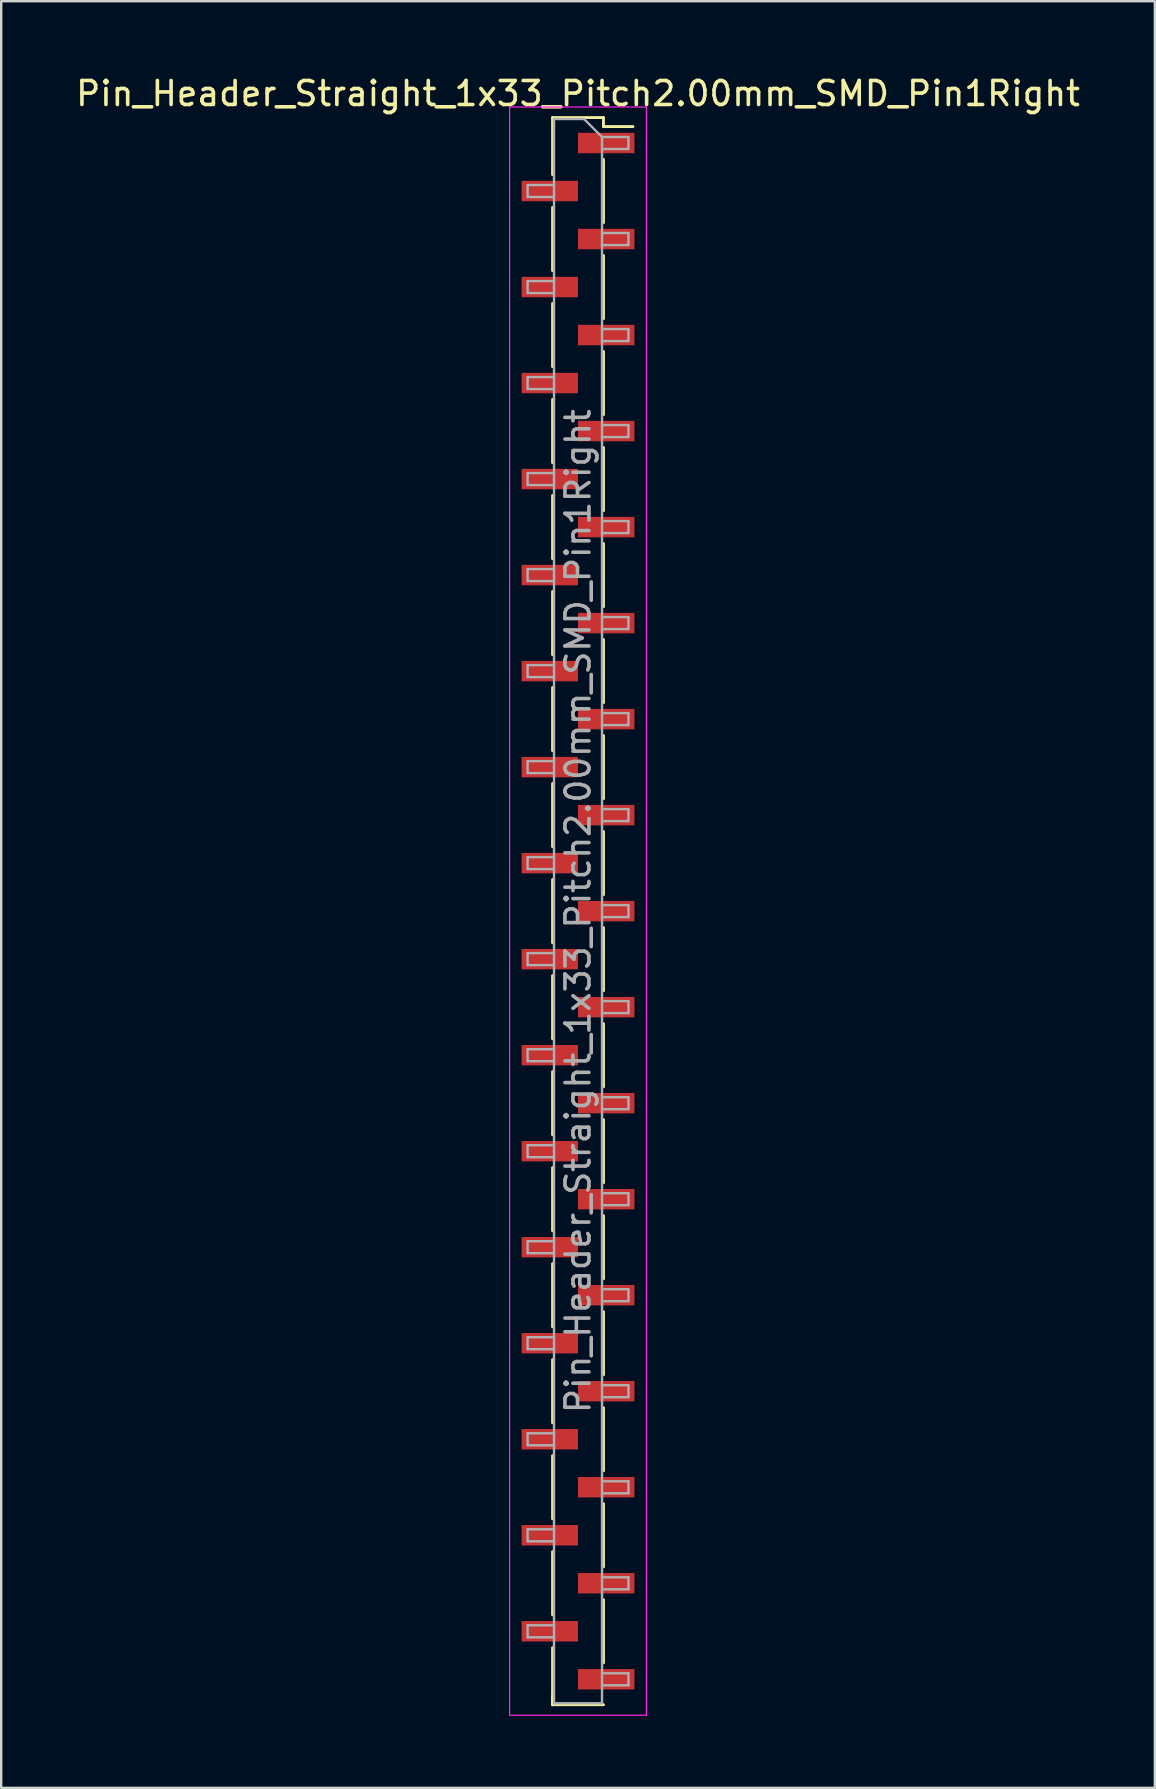
<source format=kicad_pcb>
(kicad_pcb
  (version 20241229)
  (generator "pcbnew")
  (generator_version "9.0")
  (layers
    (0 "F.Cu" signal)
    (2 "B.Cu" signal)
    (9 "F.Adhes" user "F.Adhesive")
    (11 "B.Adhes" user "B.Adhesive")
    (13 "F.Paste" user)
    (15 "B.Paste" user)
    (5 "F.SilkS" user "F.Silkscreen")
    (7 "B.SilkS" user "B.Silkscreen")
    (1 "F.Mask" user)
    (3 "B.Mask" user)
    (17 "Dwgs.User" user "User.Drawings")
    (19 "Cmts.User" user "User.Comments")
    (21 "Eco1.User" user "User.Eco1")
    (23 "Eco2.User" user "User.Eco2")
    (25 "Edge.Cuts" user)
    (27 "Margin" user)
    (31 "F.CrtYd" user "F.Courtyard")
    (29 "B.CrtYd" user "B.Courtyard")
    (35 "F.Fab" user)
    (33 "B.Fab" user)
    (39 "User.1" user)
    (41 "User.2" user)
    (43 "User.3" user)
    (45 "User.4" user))
  (footprint "Pin_Header_Straight_1x33_Pitch2.00mm_SMD_Pin1Right"
    (layer "F.Cu")
    (at 21.03 34.908)
    (property "Reference" "Pin_Header_Straight_1x33_Pitch2.00mm_SMD_Pin1Right" (at 0 -34.06 0) (layer "F.SilkS") (effects (font (size 1 1) (thickness 0.15))))
    (attr smd)
    (fp_line (start -1.06 -33.06) (end -1.06 -30.685) (stroke (width 0.12) (type solid)) (layer "F.SilkS"))
    (fp_line (start -1.06 -33.06) (end 1.06 -33.06) (stroke (width 0.12) (type solid)) (layer "F.SilkS"))
    (fp_line (start -1.06 -29.315) (end -1.06 -26.685) (stroke (width 0.12) (type solid)) (layer "F.SilkS"))
    (fp_line (start -1.06 -25.315) (end -1.06 -22.685) (stroke (width 0.12) (type solid)) (layer "F.SilkS"))
    (fp_line (start -1.06 -21.315) (end -1.06 -18.685) (stroke (width 0.12) (type solid)) (layer "F.SilkS"))
    (fp_line (start -1.06 -17.315) (end -1.06 -14.685) (stroke (width 0.12) (type solid)) (layer "F.SilkS"))
    (fp_line (start -1.06 -13.315) (end -1.06 -10.685) (stroke (width 0.12) (type solid)) (layer "F.SilkS"))
    (fp_line (start -1.06 -9.315) (end -1.06 -6.685) (stroke (width 0.12) (type solid)) (layer "F.SilkS"))
    (fp_line (start -1.06 -5.315) (end -1.06 -2.685) (stroke (width 0.12) (type solid)) (layer "F.SilkS"))
    (fp_line (start -1.06 -1.315) (end -1.06 1.315) (stroke (width 0.12) (type solid)) (layer "F.SilkS"))
    (fp_line (start -1.06 2.685) (end -1.06 5.315) (stroke (width 0.12) (type solid)) (layer "F.SilkS"))
    (fp_line (start -1.06 6.685) (end -1.06 9.315) (stroke (width 0.12) (type solid)) (layer "F.SilkS"))
    (fp_line (start -1.06 10.685) (end -1.06 13.315) (stroke (width 0.12) (type solid)) (layer "F.SilkS"))
    (fp_line (start -1.06 14.685) (end -1.06 17.315) (stroke (width 0.12) (type solid)) (layer "F.SilkS"))
    (fp_line (start -1.06 18.685) (end -1.06 21.315) (stroke (width 0.12) (type solid)) (layer "F.SilkS"))
    (fp_line (start -1.06 22.685) (end -1.06 25.315) (stroke (width 0.12) (type solid)) (layer "F.SilkS"))
    (fp_line (start -1.06 26.685) (end -1.06 29.315) (stroke (width 0.12) (type solid)) (layer "F.SilkS"))
    (fp_line (start -1.06 30.685) (end -1.06 33.06) (stroke (width 0.12) (type solid)) (layer "F.SilkS"))
    (fp_line (start -1.06 32.685) (end -1.06 33.06) (stroke (width 0.12) (type solid)) (layer "F.SilkS"))
    (fp_line (start -1.06 33.06) (end 1.06 33.06) (stroke (width 0.12) (type solid)) (layer "F.SilkS"))
    (fp_line (start 1.06 -33.06) (end 1.06 -32.685) (stroke (width 0.12) (type solid)) (layer "F.SilkS"))
    (fp_line (start 1.06 -32.685) (end 2.29 -32.685) (stroke (width 0.12) (type solid)) (layer "F.SilkS"))
    (fp_line (start 1.06 -31.315) (end 1.06 -28.685) (stroke (width 0.12) (type solid)) (layer "F.SilkS"))
    (fp_line (start 1.06 -27.315) (end 1.06 -24.685) (stroke (width 0.12) (type solid)) (layer "F.SilkS"))
    (fp_line (start 1.06 -23.315) (end 1.06 -20.685) (stroke (width 0.12) (type solid)) (layer "F.SilkS"))
    (fp_line (start 1.06 -19.315) (end 1.06 -16.685) (stroke (width 0.12) (type solid)) (layer "F.SilkS"))
    (fp_line (start 1.06 -15.315) (end 1.06 -12.685) (stroke (width 0.12) (type solid)) (layer "F.SilkS"))
    (fp_line (start 1.06 -11.315) (end 1.06 -8.685) (stroke (width 0.12) (type solid)) (layer "F.SilkS"))
    (fp_line (start 1.06 -7.315) (end 1.06 -4.685) (stroke (width 0.12) (type solid)) (layer "F.SilkS"))
    (fp_line (start 1.06 -3.315) (end 1.06 -0.685) (stroke (width 0.12) (type solid)) (layer "F.SilkS"))
    (fp_line (start 1.06 0.685) (end 1.06 3.315) (stroke (width 0.12) (type solid)) (layer "F.SilkS"))
    (fp_line (start 1.06 4.685) (end 1.06 7.315) (stroke (width 0.12) (type solid)) (layer "F.SilkS"))
    (fp_line (start 1.06 8.685) (end 1.06 11.315) (stroke (width 0.12) (type solid)) (layer "F.SilkS"))
    (fp_line (start 1.06 12.685) (end 1.06 15.315) (stroke (width 0.12) (type solid)) (layer "F.SilkS"))
    (fp_line (start 1.06 16.685) (end 1.06 19.315) (stroke (width 0.12) (type solid)) (layer "F.SilkS"))
    (fp_line (start 1.06 20.685) (end 1.06 23.315) (stroke (width 0.12) (type solid)) (layer "F.SilkS"))
    (fp_line (start 1.06 24.685) (end 1.06 27.315) (stroke (width 0.12) (type solid)) (layer "F.SilkS"))
    (fp_line (start 1.06 28.685) (end 1.06 31.315) (stroke (width 0.12) (type solid)) (layer "F.SilkS"))
    (fp_line (start -2.85 -33.5) (end -2.85 33.5) (stroke (width 0.05) (type solid)) (layer "F.CrtYd"))
    (fp_line (start -2.85 33.5) (end 2.85 33.5) (stroke (width 0.05) (type solid)) (layer "F.CrtYd"))
    (fp_line (start 2.85 -33.5) (end -2.85 -33.5) (stroke (width 0.05) (type solid)) (layer "F.CrtYd"))
    (fp_line (start 2.85 33.5) (end 2.85 -33.5) (stroke (width 0.05) (type solid)) (layer "F.CrtYd"))
    (fp_line (start -2.1 -30.25) (end -2.1 -29.75) (stroke (width 0.1) (type solid)) (layer "F.Fab"))
    (fp_line (start -2.1 -29.75) (end -1 -29.75) (stroke (width 0.1) (type solid)) (layer "F.Fab"))
    (fp_line (start -2.1 -26.25) (end -2.1 -25.75) (stroke (width 0.1) (type solid)) (layer "F.Fab"))
    (fp_line (start -2.1 -25.75) (end -1 -25.75) (stroke (width 0.1) (type solid)) (layer "F.Fab"))
    (fp_line (start -2.1 -22.25) (end -2.1 -21.75) (stroke (width 0.1) (type solid)) (layer "F.Fab"))
    (fp_line (start -2.1 -21.75) (end -1 -21.75) (stroke (width 0.1) (type solid)) (layer "F.Fab"))
    (fp_line (start -2.1 -18.25) (end -2.1 -17.75) (stroke (width 0.1) (type solid)) (layer "F.Fab"))
    (fp_line (start -2.1 -17.75) (end -1 -17.75) (stroke (width 0.1) (type solid)) (layer "F.Fab"))
    (fp_line (start -2.1 -14.25) (end -2.1 -13.75) (stroke (width 0.1) (type solid)) (layer "F.Fab"))
    (fp_line (start -2.1 -13.75) (end -1 -13.75) (stroke (width 0.1) (type solid)) (layer "F.Fab"))
    (fp_line (start -2.1 -10.25) (end -2.1 -9.75) (stroke (width 0.1) (type solid)) (layer "F.Fab"))
    (fp_line (start -2.1 -9.75) (end -1 -9.75) (stroke (width 0.1) (type solid)) (layer "F.Fab"))
    (fp_line (start -2.1 -6.25) (end -2.1 -5.75) (stroke (width 0.1) (type solid)) (layer "F.Fab"))
    (fp_line (start -2.1 -5.75) (end -1 -5.75) (stroke (width 0.1) (type solid)) (layer "F.Fab"))
    (fp_line (start -2.1 -2.25) (end -2.1 -1.75) (stroke (width 0.1) (type solid)) (layer "F.Fab"))
    (fp_line (start -2.1 -1.75) (end -1 -1.75) (stroke (width 0.1) (type solid)) (layer "F.Fab"))
    (fp_line (start -2.1 1.75) (end -2.1 2.25) (stroke (width 0.1) (type solid)) (layer "F.Fab"))
    (fp_line (start -2.1 2.25) (end -1 2.25) (stroke (width 0.1) (type solid)) (layer "F.Fab"))
    (fp_line (start -2.1 5.75) (end -2.1 6.25) (stroke (width 0.1) (type solid)) (layer "F.Fab"))
    (fp_line (start -2.1 6.25) (end -1 6.25) (stroke (width 0.1) (type solid)) (layer "F.Fab"))
    (fp_line (start -2.1 9.75) (end -2.1 10.25) (stroke (width 0.1) (type solid)) (layer "F.Fab"))
    (fp_line (start -2.1 10.25) (end -1 10.25) (stroke (width 0.1) (type solid)) (layer "F.Fab"))
    (fp_line (start -2.1 13.75) (end -2.1 14.25) (stroke (width 0.1) (type solid)) (layer "F.Fab"))
    (fp_line (start -2.1 14.25) (end -1 14.25) (stroke (width 0.1) (type solid)) (layer "F.Fab"))
    (fp_line (start -2.1 17.75) (end -2.1 18.25) (stroke (width 0.1) (type solid)) (layer "F.Fab"))
    (fp_line (start -2.1 18.25) (end -1 18.25) (stroke (width 0.1) (type solid)) (layer "F.Fab"))
    (fp_line (start -2.1 21.75) (end -2.1 22.25) (stroke (width 0.1) (type solid)) (layer "F.Fab"))
    (fp_line (start -2.1 22.25) (end -1 22.25) (stroke (width 0.1) (type solid)) (layer "F.Fab"))
    (fp_line (start -2.1 25.75) (end -2.1 26.25) (stroke (width 0.1) (type solid)) (layer "F.Fab"))
    (fp_line (start -2.1 26.25) (end -1 26.25) (stroke (width 0.1) (type solid)) (layer "F.Fab"))
    (fp_line (start -2.1 29.75) (end -2.1 30.25) (stroke (width 0.1) (type solid)) (layer "F.Fab"))
    (fp_line (start -2.1 30.25) (end -1 30.25) (stroke (width 0.1) (type solid)) (layer "F.Fab"))
    (fp_line (start -1 -33) (end -1 33) (stroke (width 0.1) (type solid)) (layer "F.Fab"))
    (fp_line (start -1 -33) (end 0.25 -33) (stroke (width 0.1) (type solid)) (layer "F.Fab"))
    (fp_line (start -1 -30.25) (end -2.1 -30.25) (stroke (width 0.1) (type solid)) (layer "F.Fab"))
    (fp_line (start -1 -26.25) (end -2.1 -26.25) (stroke (width 0.1) (type solid)) (layer "F.Fab"))
    (fp_line (start -1 -22.25) (end -2.1 -22.25) (stroke (width 0.1) (type solid)) (layer "F.Fab"))
    (fp_line (start -1 -18.25) (end -2.1 -18.25) (stroke (width 0.1) (type solid)) (layer "F.Fab"))
    (fp_line (start -1 -14.25) (end -2.1 -14.25) (stroke (width 0.1) (type solid)) (layer "F.Fab"))
    (fp_line (start -1 -10.25) (end -2.1 -10.25) (stroke (width 0.1) (type solid)) (layer "F.Fab"))
    (fp_line (start -1 -6.25) (end -2.1 -6.25) (stroke (width 0.1) (type solid)) (layer "F.Fab"))
    (fp_line (start -1 -2.25) (end -2.1 -2.25) (stroke (width 0.1) (type solid)) (layer "F.Fab"))
    (fp_line (start -1 1.75) (end -2.1 1.75) (stroke (width 0.1) (type solid)) (layer "F.Fab"))
    (fp_line (start -1 5.75) (end -2.1 5.75) (stroke (width 0.1) (type solid)) (layer "F.Fab"))
    (fp_line (start -1 9.75) (end -2.1 9.75) (stroke (width 0.1) (type solid)) (layer "F.Fab"))
    (fp_line (start -1 13.75) (end -2.1 13.75) (stroke (width 0.1) (type solid)) (layer "F.Fab"))
    (fp_line (start -1 17.75) (end -2.1 17.75) (stroke (width 0.1) (type solid)) (layer "F.Fab"))
    (fp_line (start -1 21.75) (end -2.1 21.75) (stroke (width 0.1) (type solid)) (layer "F.Fab"))
    (fp_line (start -1 25.75) (end -2.1 25.75) (stroke (width 0.1) (type solid)) (layer "F.Fab"))
    (fp_line (start -1 29.75) (end -2.1 29.75) (stroke (width 0.1) (type solid)) (layer "F.Fab"))
    (fp_line (start 1 -32.25) (end 0.25 -33) (stroke (width 0.1) (type solid)) (layer "F.Fab"))
    (fp_line (start 1 -32.25) (end 2.1 -32.25) (stroke (width 0.1) (type solid)) (layer "F.Fab"))
    (fp_line (start 1 -28.25) (end 2.1 -28.25) (stroke (width 0.1) (type solid)) (layer "F.Fab"))
    (fp_line (start 1 -24.25) (end 2.1 -24.25) (stroke (width 0.1) (type solid)) (layer "F.Fab"))
    (fp_line (start 1 -20.25) (end 2.1 -20.25) (stroke (width 0.1) (type solid)) (layer "F.Fab"))
    (fp_line (start 1 -16.25) (end 2.1 -16.25) (stroke (width 0.1) (type solid)) (layer "F.Fab"))
    (fp_line (start 1 -12.25) (end 2.1 -12.25) (stroke (width 0.1) (type solid)) (layer "F.Fab"))
    (fp_line (start 1 -8.25) (end 2.1 -8.25) (stroke (width 0.1) (type solid)) (layer "F.Fab"))
    (fp_line (start 1 -4.25) (end 2.1 -4.25) (stroke (width 0.1) (type solid)) (layer "F.Fab"))
    (fp_line (start 1 -0.25) (end 2.1 -0.25) (stroke (width 0.1) (type solid)) (layer "F.Fab"))
    (fp_line (start 1 3.75) (end 2.1 3.75) (stroke (width 0.1) (type solid)) (layer "F.Fab"))
    (fp_line (start 1 7.75) (end 2.1 7.75) (stroke (width 0.1) (type solid)) (layer "F.Fab"))
    (fp_line (start 1 11.75) (end 2.1 11.75) (stroke (width 0.1) (type solid)) (layer "F.Fab"))
    (fp_line (start 1 15.75) (end 2.1 15.75) (stroke (width 0.1) (type solid)) (layer "F.Fab"))
    (fp_line (start 1 19.75) (end 2.1 19.75) (stroke (width 0.1) (type solid)) (layer "F.Fab"))
    (fp_line (start 1 23.75) (end 2.1 23.75) (stroke (width 0.1) (type solid)) (layer "F.Fab"))
    (fp_line (start 1 27.75) (end 2.1 27.75) (stroke (width 0.1) (type solid)) (layer "F.Fab"))
    (fp_line (start 1 31.75) (end 2.1 31.75) (stroke (width 0.1) (type solid)) (layer "F.Fab"))
    (fp_line (start 1 33) (end -1 33) (stroke (width 0.1) (type solid)) (layer "F.Fab"))
    (fp_line (start 1 33) (end 1 -32.25) (stroke (width 0.1) (type solid)) (layer "F.Fab"))
    (fp_line (start 2.1 -32.25) (end 2.1 -31.75) (stroke (width 0.1) (type solid)) (layer "F.Fab"))
    (fp_line (start 2.1 -31.75) (end 1 -31.75) (stroke (width 0.1) (type solid)) (layer "F.Fab"))
    (fp_line (start 2.1 -28.25) (end 2.1 -27.75) (stroke (width 0.1) (type solid)) (layer "F.Fab"))
    (fp_line (start 2.1 -27.75) (end 1 -27.75) (stroke (width 0.1) (type solid)) (layer "F.Fab"))
    (fp_line (start 2.1 -24.25) (end 2.1 -23.75) (stroke (width 0.1) (type solid)) (layer "F.Fab"))
    (fp_line (start 2.1 -23.75) (end 1 -23.75) (stroke (width 0.1) (type solid)) (layer "F.Fab"))
    (fp_line (start 2.1 -20.25) (end 2.1 -19.75) (stroke (width 0.1) (type solid)) (layer "F.Fab"))
    (fp_line (start 2.1 -19.75) (end 1 -19.75) (stroke (width 0.1) (type solid)) (layer "F.Fab"))
    (fp_line (start 2.1 -16.25) (end 2.1 -15.75) (stroke (width 0.1) (type solid)) (layer "F.Fab"))
    (fp_line (start 2.1 -15.75) (end 1 -15.75) (stroke (width 0.1) (type solid)) (layer "F.Fab"))
    (fp_line (start 2.1 -12.25) (end 2.1 -11.75) (stroke (width 0.1) (type solid)) (layer "F.Fab"))
    (fp_line (start 2.1 -11.75) (end 1 -11.75) (stroke (width 0.1) (type solid)) (layer "F.Fab"))
    (fp_line (start 2.1 -8.25) (end 2.1 -7.75) (stroke (width 0.1) (type solid)) (layer "F.Fab"))
    (fp_line (start 2.1 -7.75) (end 1 -7.75) (stroke (width 0.1) (type solid)) (layer "F.Fab"))
    (fp_line (start 2.1 -4.25) (end 2.1 -3.75) (stroke (width 0.1) (type solid)) (layer "F.Fab"))
    (fp_line (start 2.1 -3.75) (end 1 -3.75) (stroke (width 0.1) (type solid)) (layer "F.Fab"))
    (fp_line (start 2.1 -0.25) (end 2.1 0.25) (stroke (width 0.1) (type solid)) (layer "F.Fab"))
    (fp_line (start 2.1 0.25) (end 1 0.25) (stroke (width 0.1) (type solid)) (layer "F.Fab"))
    (fp_line (start 2.1 3.75) (end 2.1 4.25) (stroke (width 0.1) (type solid)) (layer "F.Fab"))
    (fp_line (start 2.1 4.25) (end 1 4.25) (stroke (width 0.1) (type solid)) (layer "F.Fab"))
    (fp_line (start 2.1 7.75) (end 2.1 8.25) (stroke (width 0.1) (type solid)) (layer "F.Fab"))
    (fp_line (start 2.1 8.25) (end 1 8.25) (stroke (width 0.1) (type solid)) (layer "F.Fab"))
    (fp_line (start 2.1 11.75) (end 2.1 12.25) (stroke (width 0.1) (type solid)) (layer "F.Fab"))
    (fp_line (start 2.1 12.25) (end 1 12.25) (stroke (width 0.1) (type solid)) (layer "F.Fab"))
    (fp_line (start 2.1 15.75) (end 2.1 16.25) (stroke (width 0.1) (type solid)) (layer "F.Fab"))
    (fp_line (start 2.1 16.25) (end 1 16.25) (stroke (width 0.1) (type solid)) (layer "F.Fab"))
    (fp_line (start 2.1 19.75) (end 2.1 20.25) (stroke (width 0.1) (type solid)) (layer "F.Fab"))
    (fp_line (start 2.1 20.25) (end 1 20.25) (stroke (width 0.1) (type solid)) (layer "F.Fab"))
    (fp_line (start 2.1 23.75) (end 2.1 24.25) (stroke (width 0.1) (type solid)) (layer "F.Fab"))
    (fp_line (start 2.1 24.25) (end 1 24.25) (stroke (width 0.1) (type solid)) (layer "F.Fab"))
    (fp_line (start 2.1 27.75) (end 2.1 28.25) (stroke (width 0.1) (type solid)) (layer "F.Fab"))
    (fp_line (start 2.1 28.25) (end 1 28.25) (stroke (width 0.1) (type solid)) (layer "F.Fab"))
    (fp_line (start 2.1 31.75) (end 2.1 32.25) (stroke (width 0.1) (type solid)) (layer "F.Fab"))
    (fp_line (start 2.1 32.25) (end 1 32.25) (stroke (width 0.1) (type solid)) (layer "F.Fab"))
    (fp_text user "${REFERENCE}" (at 0 0 90) (layer "F.Fab") (effects (font (size 1 1) (thickness 0.15))))
    (pad "1" smd rect (at 1.175 -32) (size 2.35 0.85) (layers "F.Cu" "F.Mask" "F.Paste"))
    (pad "2" smd rect (at -1.175 -30) (size 2.35 0.85) (layers "F.Cu" "F.Mask" "F.Paste"))
    (pad "3" smd rect (at 1.175 -28) (size 2.35 0.85) (layers "F.Cu" "F.Mask" "F.Paste"))
    (pad "4" smd rect (at -1.175 -26) (size 2.35 0.85) (layers "F.Cu" "F.Mask" "F.Paste"))
    (pad "5" smd rect (at 1.175 -24) (size 2.35 0.85) (layers "F.Cu" "F.Mask" "F.Paste"))
    (pad "6" smd rect (at -1.175 -22) (size 2.35 0.85) (layers "F.Cu" "F.Mask" "F.Paste"))
    (pad "7" smd rect (at 1.175 -20) (size 2.35 0.85) (layers "F.Cu" "F.Mask" "F.Paste"))
    (pad "8" smd rect (at -1.175 -18) (size 2.35 0.85) (layers "F.Cu" "F.Mask" "F.Paste"))
    (pad "9" smd rect (at 1.175 -16) (size 2.35 0.85) (layers "F.Cu" "F.Mask" "F.Paste"))
    (pad "10" smd rect (at -1.175 -14) (size 2.35 0.85) (layers "F.Cu" "F.Mask" "F.Paste"))
    (pad "11" smd rect (at 1.175 -12) (size 2.35 0.85) (layers "F.Cu" "F.Mask" "F.Paste"))
    (pad "12" smd rect (at -1.175 -10) (size 2.35 0.85) (layers "F.Cu" "F.Mask" "F.Paste"))
    (pad "13" smd rect (at 1.175 -8) (size 2.35 0.85) (layers "F.Cu" "F.Mask" "F.Paste"))
    (pad "14" smd rect (at -1.175 -6) (size 2.35 0.85) (layers "F.Cu" "F.Mask" "F.Paste"))
    (pad "15" smd rect (at 1.175 -4) (size 2.35 0.85) (layers "F.Cu" "F.Mask" "F.Paste"))
    (pad "16" smd rect (at -1.175 -2) (size 2.35 0.85) (layers "F.Cu" "F.Mask" "F.Paste"))
    (pad "17" smd rect (at 1.175 0) (size 2.35 0.85) (layers "F.Cu" "F.Mask" "F.Paste"))
    (pad "18" smd rect (at -1.175 2) (size 2.35 0.85) (layers "F.Cu" "F.Mask" "F.Paste"))
    (pad "19" smd rect (at 1.175 4) (size 2.35 0.85) (layers "F.Cu" "F.Mask" "F.Paste"))
    (pad "20" smd rect (at -1.175 6) (size 2.35 0.85) (layers "F.Cu" "F.Mask" "F.Paste"))
    (pad "21" smd rect (at 1.175 8) (size 2.35 0.85) (layers "F.Cu" "F.Mask" "F.Paste"))
    (pad "22" smd rect (at -1.175 10) (size 2.35 0.85) (layers "F.Cu" "F.Mask" "F.Paste"))
    (pad "23" smd rect (at 1.175 12) (size 2.35 0.85) (layers "F.Cu" "F.Mask" "F.Paste"))
    (pad "24" smd rect (at -1.175 14) (size 2.35 0.85) (layers "F.Cu" "F.Mask" "F.Paste"))
    (pad "25" smd rect (at 1.175 16) (size 2.35 0.85) (layers "F.Cu" "F.Mask" "F.Paste"))
    (pad "26" smd rect (at -1.175 18) (size 2.35 0.85) (layers "F.Cu" "F.Mask" "F.Paste"))
    (pad "27" smd rect (at 1.175 20) (size 2.35 0.85) (layers "F.Cu" "F.Mask" "F.Paste"))
    (pad "28" smd rect (at -1.175 22) (size 2.35 0.85) (layers "F.Cu" "F.Mask" "F.Paste"))
    (pad "29" smd rect (at 1.175 24) (size 2.35 0.85) (layers "F.Cu" "F.Mask" "F.Paste"))
    (pad "30" smd rect (at -1.175 26) (size 2.35 0.85) (layers "F.Cu" "F.Mask" "F.Paste"))
    (pad "31" smd rect (at 1.175 28) (size 2.35 0.85) (layers "F.Cu" "F.Mask" "F.Paste"))
    (pad "32" smd rect (at -1.175 30) (size 2.35 0.85) (layers "F.Cu" "F.Mask" "F.Paste"))
    (pad "33" smd rect (at 1.175 32) (size 2.35 0.85) (layers "F.Cu" "F.Mask" "F.Paste")))
  (gr_rect
    (start -3 -3)
    (end 45.06 71.433)
    (stroke (width 0.1) (type default))
    (fill no)
    (layer "Edge.Cuts")))
</source>
